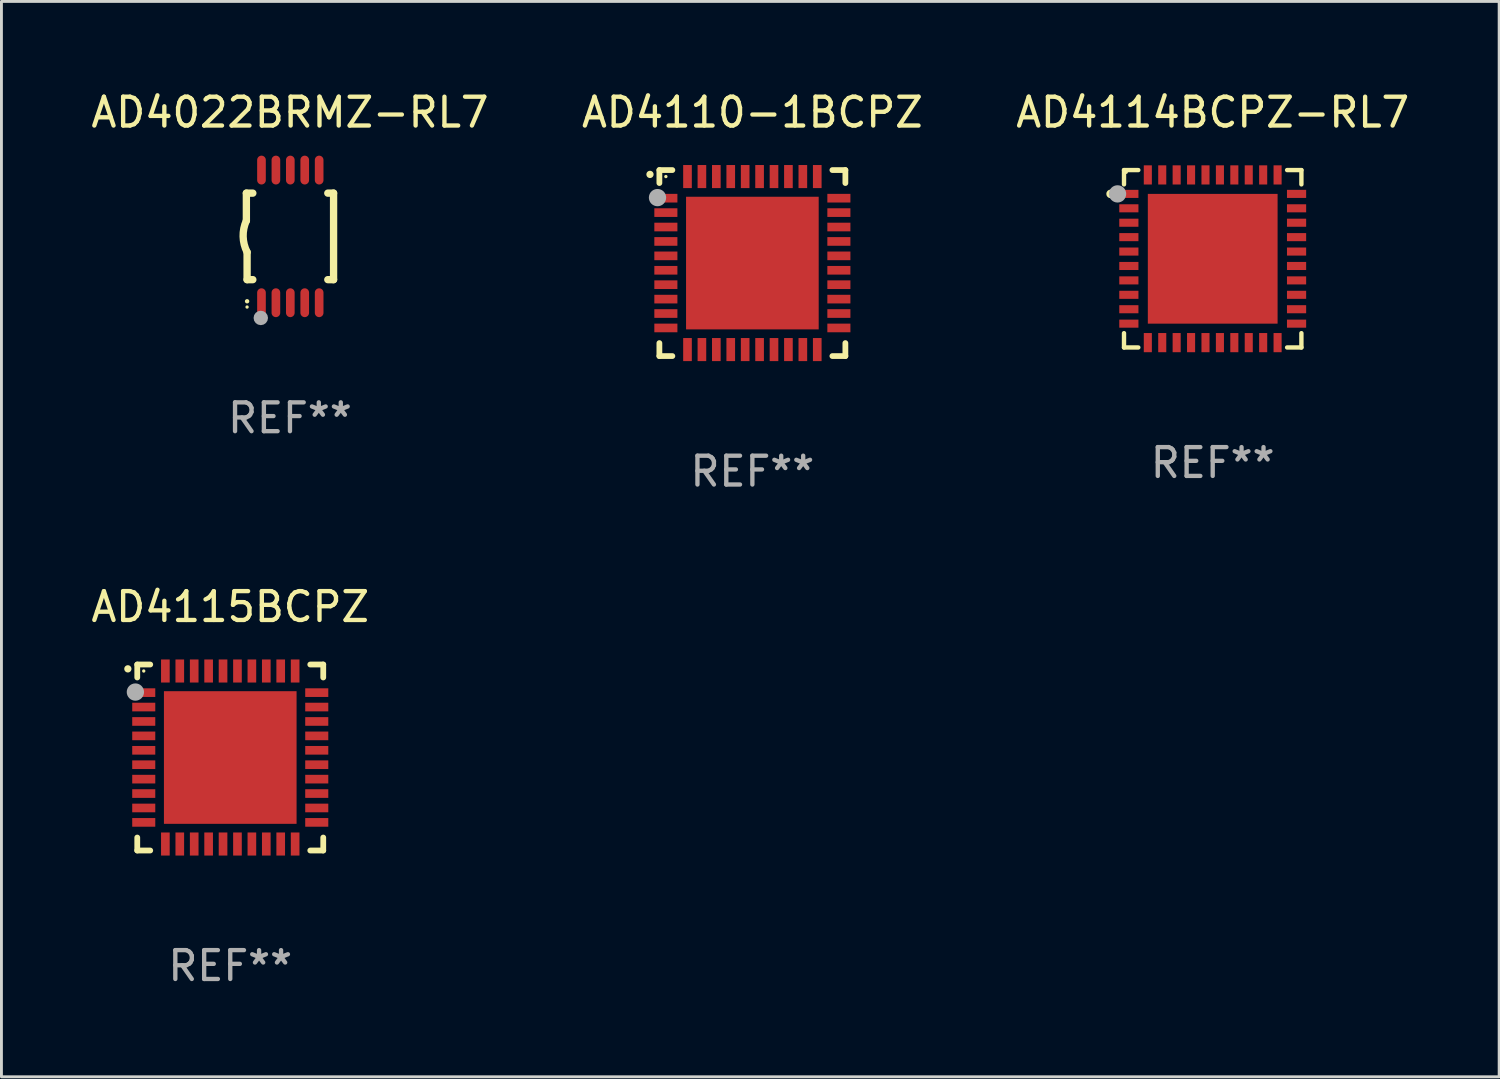
<source format=kicad_pcb>
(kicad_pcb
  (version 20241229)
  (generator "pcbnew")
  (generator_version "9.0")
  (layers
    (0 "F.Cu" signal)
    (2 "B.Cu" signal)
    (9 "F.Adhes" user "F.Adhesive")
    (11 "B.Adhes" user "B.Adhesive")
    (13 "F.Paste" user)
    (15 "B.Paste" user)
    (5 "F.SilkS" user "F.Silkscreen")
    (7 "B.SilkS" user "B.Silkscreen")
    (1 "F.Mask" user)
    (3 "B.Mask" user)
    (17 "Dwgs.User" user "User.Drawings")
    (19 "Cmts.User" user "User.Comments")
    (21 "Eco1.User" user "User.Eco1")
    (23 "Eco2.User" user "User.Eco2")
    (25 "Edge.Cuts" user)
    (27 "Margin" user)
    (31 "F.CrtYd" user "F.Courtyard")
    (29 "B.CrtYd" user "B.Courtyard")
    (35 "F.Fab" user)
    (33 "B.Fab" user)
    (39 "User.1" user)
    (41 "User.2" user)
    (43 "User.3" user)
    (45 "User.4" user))
  (footprint "AD4022BRMZ-RL7"
    (layer "F.Cu")
    (at 7.006 5.148)
    (property "Reference" "AD4022BRMZ-RL7" (at 0 -4.3 0) (layer "F.SilkS") (effects (font (size 1 1) (thickness 0.15))))
    (attr through_hole)
    (fp_line (start -1.512 -1.5) (end -1.512 -0.546) (stroke (width 0.254) (type solid)) (layer "F.SilkS"))
    (fp_line (start -1.487 0.546) (end -1.487 1.5) (stroke (width 0.254) (type solid)) (layer "F.SilkS"))
    (fp_line (start -1.288 -1.5) (end -1.512 -1.5) (stroke (width 0.254) (type solid)) (layer "F.SilkS"))
    (fp_line (start -1.288 1.5) (end -1.487 1.5) (stroke (width 0.254) (type solid)) (layer "F.SilkS"))
    (fp_line (start 1.512 -1.5) (end 1.312 -1.5) (stroke (width 0.254) (type solid)) (layer "F.SilkS"))
    (fp_line (start 1.512 -1.5) (end 1.512 1.5) (stroke (width 0.254) (type solid)) (layer "F.SilkS"))
    (fp_line (start 1.512 1.5) (end 1.312 1.5) (stroke (width 0.254) (type solid)) (layer "F.SilkS"))
    (fp_arc (start -1.487998 2.250013) (mid -1.486728 2.250007) (end -1.485458 2.250013) (stroke (width 0.150013) (type solid)) (layer "F.SilkS"))
    (fp_arc (start -1.486602 0.546102) (mid -1.624196 0.002905) (end -1.512002 -0.546101) (stroke (width 0.254001) (type solid)) (layer "F.SilkS"))
    (fp_circle (center -1.488 2.45) (end -1.458 2.45) (stroke (width 0.06) (type solid)) (fill no) (layer "F.SilkS"))
    (fp_circle (center -1.012 2.828) (end -0.887 2.828) (stroke (width 0.25) (type solid)) (fill no) (layer "F.Fab"))
    (fp_text user "REF**" (at 0 6.3 0) (layer "F.Fab") (effects (font (size 1 1) (thickness 0.15))))
    (pad "1" smd oval (at -0.988 2.3) (size 0.3 1) (layers "F.Cu" "F.Mask" "F.Paste"))
    (pad "2" smd oval (at -0.488 2.3) (size 0.3 1) (layers "F.Cu" "F.Mask" "F.Paste"))
    (pad "3" smd oval (at 0.012 2.3) (size 0.3 1) (layers "F.Cu" "F.Mask" "F.Paste"))
    (pad "4" smd oval (at 0.512 2.3) (size 0.3 1) (layers "F.Cu" "F.Mask" "F.Paste"))
    (pad "5" smd oval (at 1.012 2.3) (size 0.3 1) (layers "F.Cu" "F.Mask" "F.Paste"))
    (pad "6" smd oval (at 1.012 -2.3) (size 0.3 1) (layers "F.Cu" "F.Mask" "F.Paste"))
    (pad "7" smd oval (at 0.512 -2.3) (size 0.3 1) (layers "F.Cu" "F.Mask" "F.Paste"))
    (pad "8" smd oval (at 0.012 -2.3) (size 0.3 1) (layers "F.Cu" "F.Mask" "F.Paste"))
    (pad "9" smd oval (at -0.488 -2.3) (size 0.3 1) (layers "F.Cu" "F.Mask" "F.Paste"))
    (pad "10" smd oval (at -0.988 -2.3) (size 0.3 1) (layers "F.Cu" "F.Mask" "F.Paste")))
  (footprint "AD4115BCPZ"
    (layer "F.Cu")
    (at 4.935 23.22)
    (property "Reference" "AD4115BCPZ" (at 0 -5.225 0) (layer "F.SilkS") (effects (font (size 1 1) (thickness 0.15))))
    (attr through_hole)
    (fp_line (start -3.225 -3.225) (end -2.775 -3.225) (stroke (width 0.2) (type solid)) (layer "F.SilkS"))
    (fp_line (start -3.225 -2.775) (end -3.225 -3.225) (stroke (width 0.2) (type solid)) (layer "F.SilkS"))
    (fp_line (start -3.225 2.775) (end -3.225 3.225) (stroke (width 0.2) (type solid)) (layer "F.SilkS"))
    (fp_line (start -3.225 3.225) (end -2.775 3.225) (stroke (width 0.2) (type solid)) (layer "F.SilkS"))
    (fp_line (start 2.775 -3.225) (end 3.225 -3.225) (stroke (width 0.2) (type solid)) (layer "F.SilkS"))
    (fp_line (start 2.775 3.225) (end 3.225 3.225) (stroke (width 0.2) (type solid)) (layer "F.SilkS"))
    (fp_line (start 3.225 -3.225) (end 3.225 -2.775) (stroke (width 0.2) (type solid)) (layer "F.SilkS"))
    (fp_line (start 3.225 3.225) (end 3.225 2.775) (stroke (width 0.2) (type solid)) (layer "F.SilkS"))
    (fp_arc (start -3.55094 -3.073406) (mid -3.550946 -3.074676) (end -3.55094 -3.075946) (stroke (width 0.25) (type solid)) (layer "F.SilkS"))
    (fp_circle (center -3 -3) (end -2.97 -3) (stroke (width 0.06) (type solid)) (fill no) (layer "F.SilkS"))
    (fp_circle (center -3.29 -2.27) (end -3.14 -2.27) (stroke (width 0.3) (type solid)) (fill no) (layer "F.Fab"))
    (fp_text user "REF**" (at 0 7.225 0) (layer "F.Fab") (effects (font (size 1 1) (thickness 0.15))))
    (pad "1" smd rect (at -3 -2.25) (size 0.8 0.3) (layers "F.Cu" "F.Mask" "F.Paste"))
    (pad "2" smd rect (at -3 -1.75) (size 0.8 0.3) (layers "F.Cu" "F.Mask" "F.Paste"))
    (pad "3" smd rect (at -3 -1.25) (size 0.8 0.3) (layers "F.Cu" "F.Mask" "F.Paste"))
    (pad "4" smd rect (at -3 -0.75) (size 0.8 0.3) (layers "F.Cu" "F.Mask" "F.Paste"))
    (pad "5" smd rect (at -3 -0.25) (size 0.8 0.3) (layers "F.Cu" "F.Mask" "F.Paste"))
    (pad "6" smd rect (at -3 0.25) (size 0.8 0.3) (layers "F.Cu" "F.Mask" "F.Paste"))
    (pad "7" smd rect (at -3 0.75) (size 0.8 0.3) (layers "F.Cu" "F.Mask" "F.Paste"))
    (pad "8" smd rect (at -3 1.25) (size 0.8 0.3) (layers "F.Cu" "F.Mask" "F.Paste"))
    (pad "9" smd rect (at -3 1.75) (size 0.8 0.3) (layers "F.Cu" "F.Mask" "F.Paste"))
    (pad "10" smd rect (at -3 2.25) (size 0.8 0.3) (layers "F.Cu" "F.Mask" "F.Paste"))
    (pad "11" smd rect (at -2.25 3) (size 0.3 0.8) (layers "F.Cu" "F.Mask" "F.Paste"))
    (pad "12" smd rect (at -1.75 3) (size 0.3 0.8) (layers "F.Cu" "F.Mask" "F.Paste"))
    (pad "13" smd rect (at -1.25 3) (size 0.3 0.8) (layers "F.Cu" "F.Mask" "F.Paste"))
    (pad "14" smd rect (at -0.75 3) (size 0.3 0.8) (layers "F.Cu" "F.Mask" "F.Paste"))
    (pad "15" smd rect (at -0.25 3) (size 0.3 0.8) (layers "F.Cu" "F.Mask" "F.Paste"))
    (pad "16" smd rect (at 0.25 3) (size 0.3 0.8) (layers "F.Cu" "F.Mask" "F.Paste"))
    (pad "17" smd rect (at 0.75 3) (size 0.3 0.8) (layers "F.Cu" "F.Mask" "F.Paste"))
    (pad "18" smd rect (at 1.25 3) (size 0.3 0.8) (layers "F.Cu" "F.Mask" "F.Paste"))
    (pad "19" smd rect (at 1.75 3) (size 0.3 0.8) (layers "F.Cu" "F.Mask" "F.Paste"))
    (pad "20" smd rect (at 2.25 3) (size 0.3 0.8) (layers "F.Cu" "F.Mask" "F.Paste"))
    (pad "21" smd rect (at 3 2.25) (size 0.8 0.3) (layers "F.Cu" "F.Mask" "F.Paste"))
    (pad "22" smd rect (at 3 1.75) (size 0.8 0.3) (layers "F.Cu" "F.Mask" "F.Paste"))
    (pad "23" smd rect (at 3 1.25) (size 0.8 0.3) (layers "F.Cu" "F.Mask" "F.Paste"))
    (pad "24" smd rect (at 3 0.75) (size 0.8 0.3) (layers "F.Cu" "F.Mask" "F.Paste"))
    (pad "25" smd rect (at 3 0.25) (size 0.8 0.3) (layers "F.Cu" "F.Mask" "F.Paste"))
    (pad "26" smd rect (at 3 -0.25) (size 0.8 0.3) (layers "F.Cu" "F.Mask" "F.Paste"))
    (pad "27" smd rect (at 3 -0.75) (size 0.8 0.3) (layers "F.Cu" "F.Mask" "F.Paste"))
    (pad "28" smd rect (at 3 -1.25) (size 0.8 0.3) (layers "F.Cu" "F.Mask" "F.Paste"))
    (pad "29" smd rect (at 3 -1.75) (size 0.8 0.3) (layers "F.Cu" "F.Mask" "F.Paste"))
    (pad "30" smd rect (at 3 -2.25) (size 0.8 0.3) (layers "F.Cu" "F.Mask" "F.Paste"))
    (pad "31" smd rect (at 2.25 -3) (size 0.3 0.8) (layers "F.Cu" "F.Mask" "F.Paste"))
    (pad "32" smd rect (at 1.75 -3) (size 0.3 0.8) (layers "F.Cu" "F.Mask" "F.Paste"))
    (pad "33" smd rect (at 1.25 -3) (size 0.3 0.8) (layers "F.Cu" "F.Mask" "F.Paste"))
    (pad "34" smd rect (at 0.75 -3) (size 0.3 0.8) (layers "F.Cu" "F.Mask" "F.Paste"))
    (pad "35" smd rect (at 0.25 -3) (size 0.3 0.8) (layers "F.Cu" "F.Mask" "F.Paste"))
    (pad "36" smd rect (at -0.25 -3) (size 0.3 0.8) (layers "F.Cu" "F.Mask" "F.Paste"))
    (pad "37" smd rect (at -0.75 -3) (size 0.3 0.8) (layers "F.Cu" "F.Mask" "F.Paste"))
    (pad "38" smd rect (at -1.25 -3) (size 0.3 0.8) (layers "F.Cu" "F.Mask" "F.Paste"))
    (pad "39" smd rect (at -1.75 -3) (size 0.3 0.8) (layers "F.Cu" "F.Mask" "F.Paste"))
    (pad "40" smd rect (at -2.25 -3) (size 0.3 0.8) (layers "F.Cu" "F.Mask" "F.Paste"))
    (pad "41" smd rect (at -0.000013 0) (size 4.6 4.6) (layers "F.Cu" "F.Mask" "F.Paste")))
  (footprint "AD4114BCPZ-RL7"
    (layer "F.Cu")
    (at 39.006 5.924)
    (property "Reference" "AD4114BCPZ-RL7" (at 0 -5.076 0) (layer "F.SilkS") (effects (font (size 1 1) (thickness 0.15))))
    (attr through_hole)
    (fp_line (start -3.076 -3.076) (end -3.076 -2.58) (stroke (width 0.152) (type solid)) (layer "F.SilkS"))
    (fp_line (start -3.076 3.076) (end -3.076 2.58) (stroke (width 0.152) (type solid)) (layer "F.SilkS"))
    (fp_line (start -2.58 -3.076) (end -3.076 -3.076) (stroke (width 0.152) (type solid)) (layer "F.SilkS"))
    (fp_line (start -2.58 3.076) (end -3.076 3.076) (stroke (width 0.152) (type solid)) (layer "F.SilkS"))
    (fp_line (start 2.58 -3.076) (end 3.076 -3.076) (stroke (width 0.152) (type solid)) (layer "F.SilkS"))
    (fp_line (start 2.58 3.076) (end 3.076 3.076) (stroke (width 0.152) (type solid)) (layer "F.SilkS"))
    (fp_line (start 3.076 -3.076) (end 3.076 -2.58) (stroke (width 0.152) (type solid)) (layer "F.SilkS"))
    (fp_line (start 3.076 3.076) (end 3.076 2.58) (stroke (width 0.152) (type solid)) (layer "F.SilkS"))
    (fp_circle (center -3.54 -2.25) (end -3.465 -2.25) (stroke (width 0.15) (type solid)) (fill no) (layer "F.SilkS"))
    (fp_circle (center -3 -3) (end -2.97 -3) (stroke (width 0.06) (type solid)) (fill no) (layer "F.SilkS"))
    (fp_circle (center -3.3 -2.25) (end -3.15 -2.25) (stroke (width 0.3) (type solid)) (fill no) (layer "F.Fab"))
    (fp_text user "REF**" (at 0 7.076 0) (layer "F.Fab") (effects (font (size 1 1) (thickness 0.15))))
    (pad "1" smd rect (at -2.908 -2.25) (size 0.665 0.28) (layers "F.Cu" "F.Mask" "F.Paste"))
    (pad "2" smd rect (at -2.908 -1.75) (size 0.665 0.28) (layers "F.Cu" "F.Mask" "F.Paste"))
    (pad "3" smd rect (at -2.908 -1.25) (size 0.665 0.28) (layers "F.Cu" "F.Mask" "F.Paste"))
    (pad "4" smd rect (at -2.908 -0.75) (size 0.665 0.28) (layers "F.Cu" "F.Mask" "F.Paste"))
    (pad "5" smd rect (at -2.908 -0.25) (size 0.665 0.28) (layers "F.Cu" "F.Mask" "F.Paste"))
    (pad "6" smd rect (at -2.908 0.25) (size 0.665 0.28) (layers "F.Cu" "F.Mask" "F.Paste"))
    (pad "7" smd rect (at -2.908 0.75) (size 0.665 0.28) (layers "F.Cu" "F.Mask" "F.Paste"))
    (pad "8" smd rect (at -2.908 1.25) (size 0.665 0.28) (layers "F.Cu" "F.Mask" "F.Paste"))
    (pad "9" smd rect (at -2.908 1.75) (size 0.665 0.28) (layers "F.Cu" "F.Mask" "F.Paste"))
    (pad "10" smd rect (at -2.908 2.25) (size 0.665 0.28) (layers "F.Cu" "F.Mask" "F.Paste"))
    (pad "11" smd rect (at -2.25 2.908) (size 0.28 0.665) (layers "F.Cu" "F.Mask" "F.Paste"))
    (pad "12" smd rect (at -1.75 2.908) (size 0.28 0.665) (layers "F.Cu" "F.Mask" "F.Paste"))
    (pad "13" smd rect (at -1.25 2.908) (size 0.28 0.665) (layers "F.Cu" "F.Mask" "F.Paste"))
    (pad "14" smd rect (at -0.75 2.908) (size 0.28 0.665) (layers "F.Cu" "F.Mask" "F.Paste"))
    (pad "15" smd rect (at -0.25 2.908) (size 0.28 0.665) (layers "F.Cu" "F.Mask" "F.Paste"))
    (pad "16" smd rect (at 0.25 2.908) (size 0.28 0.665) (layers "F.Cu" "F.Mask" "F.Paste"))
    (pad "17" smd rect (at 0.75 2.908) (size 0.28 0.665) (layers "F.Cu" "F.Mask" "F.Paste"))
    (pad "18" smd rect (at 1.25 2.908) (size 0.28 0.665) (layers "F.Cu" "F.Mask" "F.Paste"))
    (pad "19" smd rect (at 1.75 2.908) (size 0.28 0.665) (layers "F.Cu" "F.Mask" "F.Paste"))
    (pad "20" smd rect (at 2.25 2.908) (size 0.28 0.665) (layers "F.Cu" "F.Mask" "F.Paste"))
    (pad "21" smd rect (at 2.908 2.25) (size 0.665 0.28) (layers "F.Cu" "F.Mask" "F.Paste"))
    (pad "22" smd rect (at 2.908 1.75) (size 0.665 0.28) (layers "F.Cu" "F.Mask" "F.Paste"))
    (pad "23" smd rect (at 2.908 1.25) (size 0.665 0.28) (layers "F.Cu" "F.Mask" "F.Paste"))
    (pad "24" smd rect (at 2.908 0.75) (size 0.665 0.28) (layers "F.Cu" "F.Mask" "F.Paste"))
    (pad "25" smd rect (at 2.908 0.25) (size 0.665 0.28) (layers "F.Cu" "F.Mask" "F.Paste"))
    (pad "26" smd rect (at 2.908 -0.25) (size 0.665 0.28) (layers "F.Cu" "F.Mask" "F.Paste"))
    (pad "27" smd rect (at 2.908 -0.75) (size 0.665 0.28) (layers "F.Cu" "F.Mask" "F.Paste"))
    (pad "28" smd rect (at 2.908 -1.25) (size 0.665 0.28) (layers "F.Cu" "F.Mask" "F.Paste"))
    (pad "29" smd rect (at 2.908 -1.75) (size 0.665 0.28) (layers "F.Cu" "F.Mask" "F.Paste"))
    (pad "30" smd rect (at 2.908 -2.25) (size 0.665 0.28) (layers "F.Cu" "F.Mask" "F.Paste"))
    (pad "31" smd rect (at 2.25 -2.908) (size 0.28 0.665) (layers "F.Cu" "F.Mask" "F.Paste"))
    (pad "32" smd rect (at 1.75 -2.908) (size 0.28 0.665) (layers "F.Cu" "F.Mask" "F.Paste"))
    (pad "33" smd rect (at 1.25 -2.908) (size 0.28 0.665) (layers "F.Cu" "F.Mask" "F.Paste"))
    (pad "34" smd rect (at 0.75 -2.908) (size 0.28 0.665) (layers "F.Cu" "F.Mask" "F.Paste"))
    (pad "35" smd rect (at 0.25 -2.908) (size 0.28 0.665) (layers "F.Cu" "F.Mask" "F.Paste"))
    (pad "36" smd rect (at -0.25 -2.908) (size 0.28 0.665) (layers "F.Cu" "F.Mask" "F.Paste"))
    (pad "37" smd rect (at -0.75 -2.908) (size 0.28 0.665) (layers "F.Cu" "F.Mask" "F.Paste"))
    (pad "38" smd rect (at -1.25 -2.908) (size 0.28 0.665) (layers "F.Cu" "F.Mask" "F.Paste"))
    (pad "39" smd rect (at -1.75 -2.908) (size 0.28 0.665) (layers "F.Cu" "F.Mask" "F.Paste"))
    (pad "40" smd rect (at -2.25 -2.908) (size 0.28 0.665) (layers "F.Cu" "F.Mask" "F.Paste"))
    (pad "41" smd rect (at 0 0) (size 4.5 4.5) (layers "F.Cu" "F.Mask" "F.Paste")))
  (footprint "AD4110-1BCPZ"
    (layer "F.Cu")
    (at 23.042 6.073)
    (property "Reference" "AD4110-1BCPZ" (at 0 -5.225 0) (layer "F.SilkS") (effects (font (size 1 1) (thickness 0.15))))
    (attr through_hole)
    (fp_line (start -3.225 -3.225) (end -2.775 -3.225) (stroke (width 0.2) (type solid)) (layer "F.SilkS"))
    (fp_line (start -3.225 -2.775) (end -3.225 -3.225) (stroke (width 0.2) (type solid)) (layer "F.SilkS"))
    (fp_line (start -3.225 2.775) (end -3.225 3.225) (stroke (width 0.2) (type solid)) (layer "F.SilkS"))
    (fp_line (start -3.225 3.225) (end -2.775 3.225) (stroke (width 0.2) (type solid)) (layer "F.SilkS"))
    (fp_line (start 2.775 -3.225) (end 3.225 -3.225) (stroke (width 0.2) (type solid)) (layer "F.SilkS"))
    (fp_line (start 2.775 3.225) (end 3.225 3.225) (stroke (width 0.2) (type solid)) (layer "F.SilkS"))
    (fp_line (start 3.225 -3.225) (end 3.225 -2.775) (stroke (width 0.2) (type solid)) (layer "F.SilkS"))
    (fp_line (start 3.225 3.225) (end 3.225 2.775) (stroke (width 0.2) (type solid)) (layer "F.SilkS"))
    (fp_arc (start -3.55094 -3.073406) (mid -3.550946 -3.074676) (end -3.55094 -3.075946) (stroke (width 0.25) (type solid)) (layer "F.SilkS"))
    (fp_circle (center -3 -3) (end -2.97 -3) (stroke (width 0.06) (type solid)) (fill no) (layer "F.SilkS"))
    (fp_circle (center -3.29 -2.27) (end -3.14 -2.27) (stroke (width 0.3) (type solid)) (fill no) (layer "F.Fab"))
    (fp_text user "REF**" (at 0 7.225 0) (layer "F.Fab") (effects (font (size 1 1) (thickness 0.15))))
    (pad "1" smd rect (at -3 -2.25) (size 0.8 0.3) (layers "F.Cu" "F.Mask" "F.Paste"))
    (pad "2" smd rect (at -3 -1.75) (size 0.8 0.3) (layers "F.Cu" "F.Mask" "F.Paste"))
    (pad "3" smd rect (at -3 -1.25) (size 0.8 0.3) (layers "F.Cu" "F.Mask" "F.Paste"))
    (pad "4" smd rect (at -3 -0.75) (size 0.8 0.3) (layers "F.Cu" "F.Mask" "F.Paste"))
    (pad "5" smd rect (at -3 -0.25) (size 0.8 0.3) (layers "F.Cu" "F.Mask" "F.Paste"))
    (pad "6" smd rect (at -3 0.25) (size 0.8 0.3) (layers "F.Cu" "F.Mask" "F.Paste"))
    (pad "7" smd rect (at -3 0.75) (size 0.8 0.3) (layers "F.Cu" "F.Mask" "F.Paste"))
    (pad "8" smd rect (at -3 1.25) (size 0.8 0.3) (layers "F.Cu" "F.Mask" "F.Paste"))
    (pad "9" smd rect (at -3 1.75) (size 0.8 0.3) (layers "F.Cu" "F.Mask" "F.Paste"))
    (pad "10" smd rect (at -3 2.25) (size 0.8 0.3) (layers "F.Cu" "F.Mask" "F.Paste"))
    (pad "11" smd rect (at -2.25 3) (size 0.3 0.8) (layers "F.Cu" "F.Mask" "F.Paste"))
    (pad "12" smd rect (at -1.75 3) (size 0.3 0.8) (layers "F.Cu" "F.Mask" "F.Paste"))
    (pad "13" smd rect (at -1.25 3) (size 0.3 0.8) (layers "F.Cu" "F.Mask" "F.Paste"))
    (pad "14" smd rect (at -0.75 3) (size 0.3 0.8) (layers "F.Cu" "F.Mask" "F.Paste"))
    (pad "15" smd rect (at -0.25 3) (size 0.3 0.8) (layers "F.Cu" "F.Mask" "F.Paste"))
    (pad "16" smd rect (at 0.25 3) (size 0.3 0.8) (layers "F.Cu" "F.Mask" "F.Paste"))
    (pad "17" smd rect (at 0.75 3) (size 0.3 0.8) (layers "F.Cu" "F.Mask" "F.Paste"))
    (pad "18" smd rect (at 1.25 3) (size 0.3 0.8) (layers "F.Cu" "F.Mask" "F.Paste"))
    (pad "19" smd rect (at 1.75 3) (size 0.3 0.8) (layers "F.Cu" "F.Mask" "F.Paste"))
    (pad "20" smd rect (at 2.25 3) (size 0.3 0.8) (layers "F.Cu" "F.Mask" "F.Paste"))
    (pad "21" smd rect (at 3 2.25) (size 0.8 0.3) (layers "F.Cu" "F.Mask" "F.Paste"))
    (pad "22" smd rect (at 3 1.75) (size 0.8 0.3) (layers "F.Cu" "F.Mask" "F.Paste"))
    (pad "23" smd rect (at 3 1.25) (size 0.8 0.3) (layers "F.Cu" "F.Mask" "F.Paste"))
    (pad "24" smd rect (at 3 0.75) (size 0.8 0.3) (layers "F.Cu" "F.Mask" "F.Paste"))
    (pad "25" smd rect (at 3 0.25) (size 0.8 0.3) (layers "F.Cu" "F.Mask" "F.Paste"))
    (pad "26" smd rect (at 3 -0.25) (size 0.8 0.3) (layers "F.Cu" "F.Mask" "F.Paste"))
    (pad "27" smd rect (at 3 -0.75) (size 0.8 0.3) (layers "F.Cu" "F.Mask" "F.Paste"))
    (pad "28" smd rect (at 3 -1.25) (size 0.8 0.3) (layers "F.Cu" "F.Mask" "F.Paste"))
    (pad "29" smd rect (at 3 -1.75) (size 0.8 0.3) (layers "F.Cu" "F.Mask" "F.Paste"))
    (pad "30" smd rect (at 3 -2.25) (size 0.8 0.3) (layers "F.Cu" "F.Mask" "F.Paste"))
    (pad "31" smd rect (at 2.25 -3) (size 0.3 0.8) (layers "F.Cu" "F.Mask" "F.Paste"))
    (pad "32" smd rect (at 1.75 -3) (size 0.3 0.8) (layers "F.Cu" "F.Mask" "F.Paste"))
    (pad "33" smd rect (at 1.25 -3) (size 0.3 0.8) (layers "F.Cu" "F.Mask" "F.Paste"))
    (pad "34" smd rect (at 0.75 -3) (size 0.3 0.8) (layers "F.Cu" "F.Mask" "F.Paste"))
    (pad "35" smd rect (at 0.25 -3) (size 0.3 0.8) (layers "F.Cu" "F.Mask" "F.Paste"))
    (pad "36" smd rect (at -0.25 -3) (size 0.3 0.8) (layers "F.Cu" "F.Mask" "F.Paste"))
    (pad "37" smd rect (at -0.75 -3) (size 0.3 0.8) (layers "F.Cu" "F.Mask" "F.Paste"))
    (pad "38" smd rect (at -1.25 -3) (size 0.3 0.8) (layers "F.Cu" "F.Mask" "F.Paste"))
    (pad "39" smd rect (at -1.75 -3) (size 0.3 0.8) (layers "F.Cu" "F.Mask" "F.Paste"))
    (pad "40" smd rect (at -2.25 -3) (size 0.3 0.8) (layers "F.Cu" "F.Mask" "F.Paste"))
    (pad "41" smd rect (at -0.000013 0) (size 4.6 4.6) (layers "F.Cu" "F.Mask" "F.Paste")))
  (gr_rect
    (start -3 -3)
    (end 48.94 34.293)
    (stroke (width 0.1) (type default))
    (fill no)
    (layer "Edge.Cuts")))
</source>
